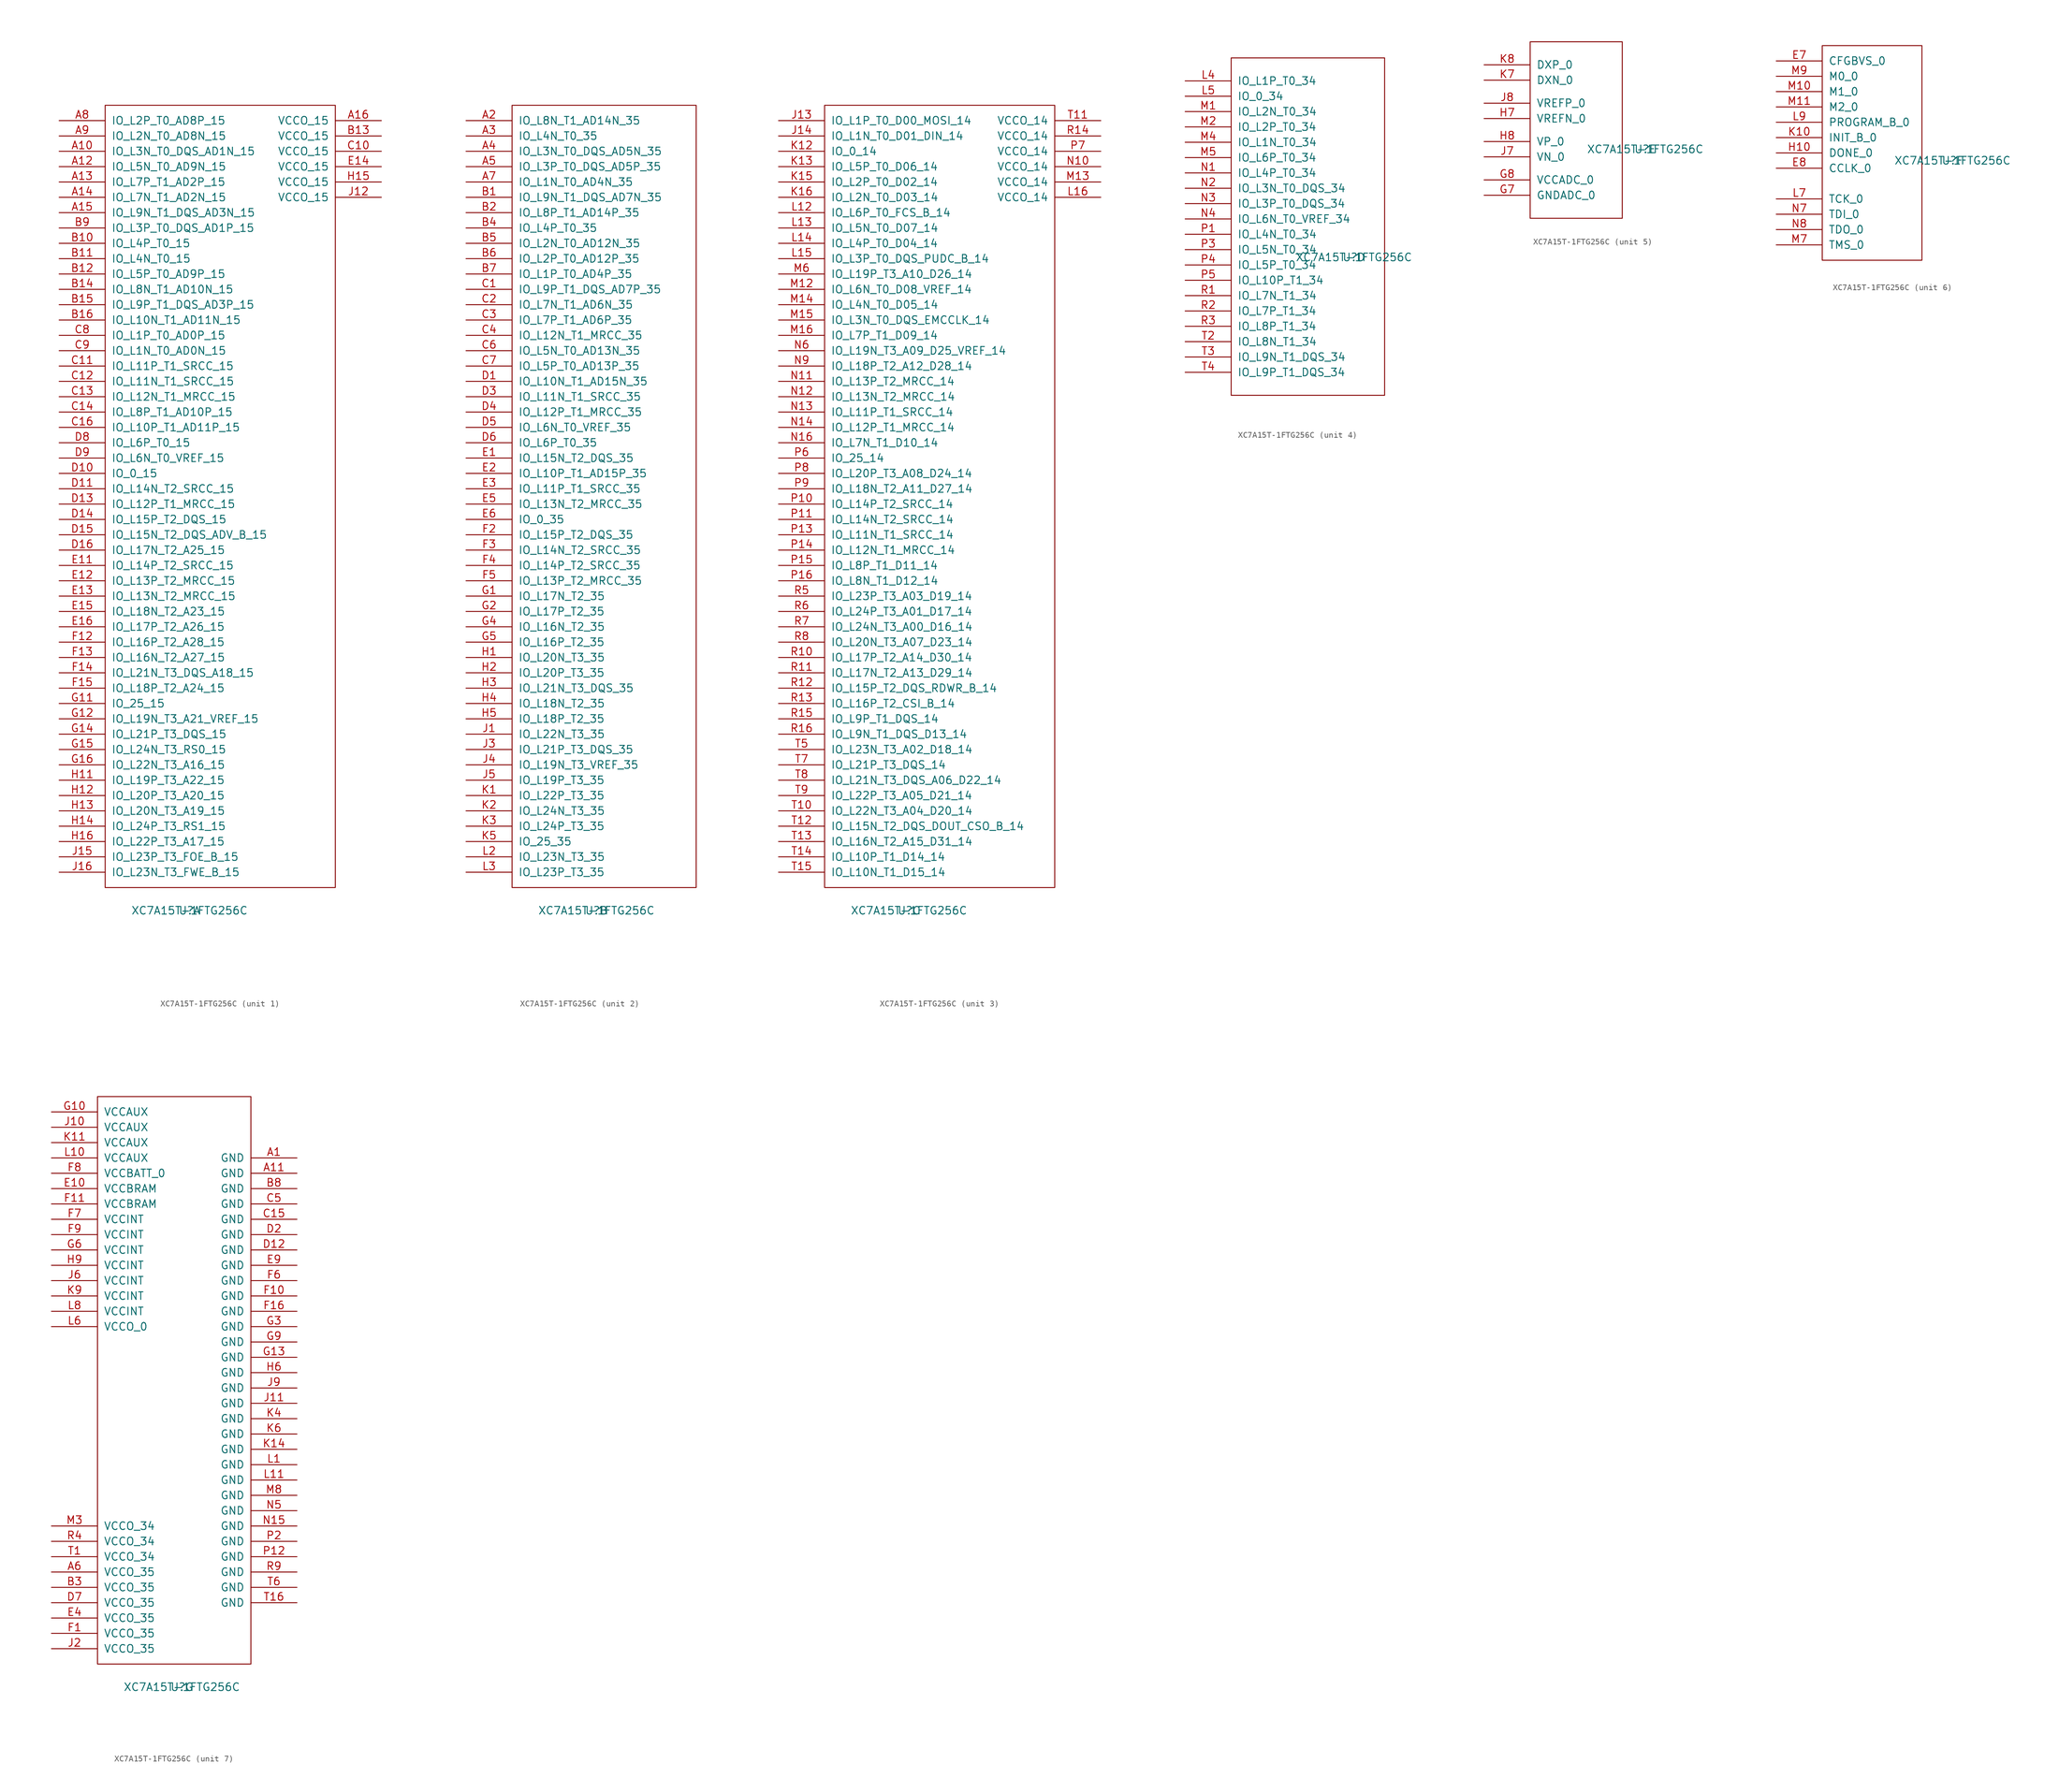
<source format=kicad_sym>
(kicad_symbol_lib
  (version 20220914)
  (generator kicad_symbol_editor)
  (symbol "XC7A15T-1FTG256C"
    (pin_names
      (offset 1.016))
    (property "Reference" "U"
      (at 13.97 -3.81 0)
      (effects (font (size 1.27 1.27))))
    (property "Value" "XC7A15T-1FTG256C"
      (at 13.97 -3.81 0)
      (effects (font (size 1.27 1.27))))
    (property "ki_locked" ""
      (at 0 0 0)
      (effects (font (size 1.27 1.27))))
    (symbol "XC7A15T-1FTG256C_1_1"
      (rectangle (start 0 129.54) (end 38.1 0) (stroke (width 0) (type solid)) (fill (type none)))
      (pin bidirectional line (at -7.62 121.92 0) (length 7.62) (name "IO_L3N_T0_DQS_AD1N_15" (effects (font (size 1.27 1.27)))) (number "A10" (effects (font (size 1.27 1.27)))))
      (pin bidirectional line (at -7.62 119.38 0) (length 7.62) (name "IO_L5N_T0_AD9N_15" (effects (font (size 1.27 1.27)))) (number "A12" (effects (font (size 1.27 1.27)))))
      (pin bidirectional line (at -7.62 116.84 0) (length 7.62) (name "IO_L7P_T1_AD2P_15" (effects (font (size 1.27 1.27)))) (number "A13" (effects (font (size 1.27 1.27)))))
      (pin bidirectional line (at -7.62 114.3 0) (length 7.62) (name "IO_L7N_T1_AD2N_15" (effects (font (size 1.27 1.27)))) (number "A14" (effects (font (size 1.27 1.27)))))
      (pin bidirectional line (at -7.62 111.76 0) (length 7.62) (name "IO_L9N_T1_DQS_AD3N_15" (effects (font (size 1.27 1.27)))) (number "A15" (effects (font (size 1.27 1.27)))))
      (pin power_in line (at 45.72 127 180) (length 7.62) (name "VCCO_15" (effects (font (size 1.27 1.27)))) (number "A16" (effects (font (size 1.27 1.27)))))
      (pin bidirectional line (at -7.62 127 0) (length 7.62) (name "IO_L2P_T0_AD8P_15" (effects (font (size 1.27 1.27)))) (number "A8" (effects (font (size 1.27 1.27)))))
      (pin bidirectional line (at -7.62 124.46 0) (length 7.62) (name "IO_L2N_T0_AD8N_15" (effects (font (size 1.27 1.27)))) (number "A9" (effects (font (size 1.27 1.27)))))
      (pin bidirectional line (at -7.62 106.68 0) (length 7.62) (name "IO_L4P_T0_15" (effects (font (size 1.27 1.27)))) (number "B10" (effects (font (size 1.27 1.27)))))
      (pin bidirectional line (at -7.62 104.14 0) (length 7.62) (name "IO_L4N_T0_15" (effects (font (size 1.27 1.27)))) (number "B11" (effects (font (size 1.27 1.27)))))
      (pin bidirectional line (at -7.62 101.6 0) (length 7.62) (name "IO_L5P_T0_AD9P_15" (effects (font (size 1.27 1.27)))) (number "B12" (effects (font (size 1.27 1.27)))))
      (pin power_in line (at 45.72 124.46 180) (length 7.62) (name "VCCO_15" (effects (font (size 1.27 1.27)))) (number "B13" (effects (font (size 1.27 1.27)))))
      (pin bidirectional line (at -7.62 99.06 0) (length 7.62) (name "IO_L8N_T1_AD10N_15" (effects (font (size 1.27 1.27)))) (number "B14" (effects (font (size 1.27 1.27)))))
      (pin bidirectional line (at -7.62 96.52 0) (length 7.62) (name "IO_L9P_T1_DQS_AD3P_15" (effects (font (size 1.27 1.27)))) (number "B15" (effects (font (size 1.27 1.27)))))
      (pin bidirectional line (at -7.62 93.98 0) (length 7.62) (name "IO_L10N_T1_AD11N_15" (effects (font (size 1.27 1.27)))) (number "B16" (effects (font (size 1.27 1.27)))))
      (pin bidirectional line (at -7.62 109.22 0) (length 7.62) (name "IO_L3P_T0_DQS_AD1P_15" (effects (font (size 1.27 1.27)))) (number "B9" (effects (font (size 1.27 1.27)))))
      (pin power_in line (at 45.72 121.92 180) (length 7.62) (name "VCCO_15" (effects (font (size 1.27 1.27)))) (number "C10" (effects (font (size 1.27 1.27)))))
      (pin bidirectional line (at -7.62 86.36 0) (length 7.62) (name "IO_L11P_T1_SRCC_15" (effects (font (size 1.27 1.27)))) (number "C11" (effects (font (size 1.27 1.27)))))
      (pin bidirectional line (at -7.62 83.82 0) (length 7.62) (name "IO_L11N_T1_SRCC_15" (effects (font (size 1.27 1.27)))) (number "C12" (effects (font (size 1.27 1.27)))))
      (pin bidirectional line (at -7.62 81.28 0) (length 7.62) (name "IO_L12N_T1_MRCC_15" (effects (font (size 1.27 1.27)))) (number "C13" (effects (font (size 1.27 1.27)))))
      (pin bidirectional line (at -7.62 78.74 0) (length 7.62) (name "IO_L8P_T1_AD10P_15" (effects (font (size 1.27 1.27)))) (number "C14" (effects (font (size 1.27 1.27)))))
      (pin bidirectional line (at -7.62 76.2 0) (length 7.62) (name "IO_L10P_T1_AD11P_15" (effects (font (size 1.27 1.27)))) (number "C16" (effects (font (size 1.27 1.27)))))
      (pin bidirectional line (at -7.62 91.44 0) (length 7.62) (name "IO_L1P_T0_AD0P_15" (effects (font (size 1.27 1.27)))) (number "C8" (effects (font (size 1.27 1.27)))))
      (pin bidirectional line (at -7.62 88.9 0) (length 7.62) (name "IO_L1N_T0_AD0N_15" (effects (font (size 1.27 1.27)))) (number "C9" (effects (font (size 1.27 1.27)))))
      (pin bidirectional line (at -7.62 68.58 0) (length 7.62) (name "IO_0_15" (effects (font (size 1.27 1.27)))) (number "D10" (effects (font (size 1.27 1.27)))))
      (pin bidirectional line (at -7.62 66.04 0) (length 7.62) (name "IO_L14N_T2_SRCC_15" (effects (font (size 1.27 1.27)))) (number "D11" (effects (font (size 1.27 1.27)))))
      (pin bidirectional line (at -7.62 63.5 0) (length 7.62) (name "IO_L12P_T1_MRCC_15" (effects (font (size 1.27 1.27)))) (number "D13" (effects (font (size 1.27 1.27)))))
      (pin bidirectional line (at -7.62 60.96 0) (length 7.62) (name "IO_L15P_T2_DQS_15" (effects (font (size 1.27 1.27)))) (number "D14" (effects (font (size 1.27 1.27)))))
      (pin bidirectional line (at -7.62 58.42 0) (length 7.62) (name "IO_L15N_T2_DQS_ADV_B_15" (effects (font (size 1.27 1.27)))) (number "D15" (effects (font (size 1.27 1.27)))))
      (pin bidirectional line (at -7.62 55.88 0) (length 7.62) (name "IO_L17N_T2_A25_15" (effects (font (size 1.27 1.27)))) (number "D16" (effects (font (size 1.27 1.27)))))
      (pin bidirectional line (at -7.62 73.66 0) (length 7.62) (name "IO_L6P_T0_15" (effects (font (size 1.27 1.27)))) (number "D8" (effects (font (size 1.27 1.27)))))
      (pin bidirectional line (at -7.62 71.12 0) (length 7.62) (name "IO_L6N_T0_VREF_15" (effects (font (size 1.27 1.27)))) (number "D9" (effects (font (size 1.27 1.27)))))
      (pin bidirectional line (at -7.62 53.34 0) (length 7.62) (name "IO_L14P_T2_SRCC_15" (effects (font (size 1.27 1.27)))) (number "E11" (effects (font (size 1.27 1.27)))))
      (pin bidirectional line (at -7.62 50.8 0) (length 7.62) (name "IO_L13P_T2_MRCC_15" (effects (font (size 1.27 1.27)))) (number "E12" (effects (font (size 1.27 1.27)))))
      (pin bidirectional line (at -7.62 48.26 0) (length 7.62) (name "IO_L13N_T2_MRCC_15" (effects (font (size 1.27 1.27)))) (number "E13" (effects (font (size 1.27 1.27)))))
      (pin power_in line (at 45.72 119.38 180) (length 7.62) (name "VCCO_15" (effects (font (size 1.27 1.27)))) (number "E14" (effects (font (size 1.27 1.27)))))
      (pin bidirectional line (at -7.62 45.72 0) (length 7.62) (name "IO_L18N_T2_A23_15" (effects (font (size 1.27 1.27)))) (number "E15" (effects (font (size 1.27 1.27)))))
      (pin bidirectional line (at -7.62 43.18 0) (length 7.62) (name "IO_L17P_T2_A26_15" (effects (font (size 1.27 1.27)))) (number "E16" (effects (font (size 1.27 1.27)))))
      (pin bidirectional line (at -7.62 40.64 0) (length 7.62) (name "IO_L16P_T2_A28_15" (effects (font (size 1.27 1.27)))) (number "F12" (effects (font (size 1.27 1.27)))))
      (pin bidirectional line (at -7.62 38.1 0) (length 7.62) (name "IO_L16N_T2_A27_15" (effects (font (size 1.27 1.27)))) (number "F13" (effects (font (size 1.27 1.27)))))
      (pin bidirectional line (at -7.62 35.56 0) (length 7.62) (name "IO_L21N_T3_DQS_A18_15" (effects (font (size 1.27 1.27)))) (number "F14" (effects (font (size 1.27 1.27)))))
      (pin bidirectional line (at -7.62 33.02 0) (length 7.62) (name "IO_L18P_T2_A24_15" (effects (font (size 1.27 1.27)))) (number "F15" (effects (font (size 1.27 1.27)))))
      (pin bidirectional line (at -7.62 30.48 0) (length 7.62) (name "IO_25_15" (effects (font (size 1.27 1.27)))) (number "G11" (effects (font (size 1.27 1.27)))))
      (pin bidirectional line (at -7.62 27.94 0) (length 7.62) (name "IO_L19N_T3_A21_VREF_15" (effects (font (size 1.27 1.27)))) (number "G12" (effects (font (size 1.27 1.27)))))
      (pin bidirectional line (at -7.62 25.4 0) (length 7.62) (name "IO_L21P_T3_DQS_15" (effects (font (size 1.27 1.27)))) (number "G14" (effects (font (size 1.27 1.27)))))
      (pin bidirectional line (at -7.62 22.86 0) (length 7.62) (name "IO_L24N_T3_RS0_15" (effects (font (size 1.27 1.27)))) (number "G15" (effects (font (size 1.27 1.27)))))
      (pin bidirectional line (at -7.62 20.32 0) (length 7.62) (name "IO_L22N_T3_A16_15" (effects (font (size 1.27 1.27)))) (number "G16" (effects (font (size 1.27 1.27)))))
      (pin bidirectional line (at -7.62 17.78 0) (length 7.62) (name "IO_L19P_T3_A22_15" (effects (font (size 1.27 1.27)))) (number "H11" (effects (font (size 1.27 1.27)))))
      (pin bidirectional line (at -7.62 15.24 0) (length 7.62) (name "IO_L20P_T3_A20_15" (effects (font (size 1.27 1.27)))) (number "H12" (effects (font (size 1.27 1.27)))))
      (pin bidirectional line (at -7.62 12.7 0) (length 7.62) (name "IO_L20N_T3_A19_15" (effects (font (size 1.27 1.27)))) (number "H13" (effects (font (size 1.27 1.27)))))
      (pin bidirectional line (at -7.62 10.16 0) (length 7.62) (name "IO_L24P_T3_RS1_15" (effects (font (size 1.27 1.27)))) (number "H14" (effects (font (size 1.27 1.27)))))
      (pin power_in line (at 45.72 116.84 180) (length 7.62) (name "VCCO_15" (effects (font (size 1.27 1.27)))) (number "H15" (effects (font (size 1.27 1.27)))))
      (pin bidirectional line (at -7.62 7.62 0) (length 7.62) (name "IO_L22P_T3_A17_15" (effects (font (size 1.27 1.27)))) (number "H16" (effects (font (size 1.27 1.27)))))
      (pin power_in line (at 45.72 114.3 180) (length 7.62) (name "VCCO_15" (effects (font (size 1.27 1.27)))) (number "J12" (effects (font (size 1.27 1.27)))))
      (pin bidirectional line (at -7.62 5.08 0) (length 7.62) (name "IO_L23P_T3_FOE_B_15" (effects (font (size 1.27 1.27)))) (number "J15" (effects (font (size 1.27 1.27)))))
      (pin bidirectional line (at -7.62 2.54 0) (length 7.62) (name "IO_L23N_T3_FWE_B_15" (effects (font (size 1.27 1.27)))) (number "J16" (effects (font (size 1.27 1.27))))))
    (symbol "XC7A15T-1FTG256C_2_1"
      (rectangle (start 0 129.54) (end 30.48 0) (stroke (width 0) (type solid)) (fill (type none)))
      (pin bidirectional line (at -7.62 127 0) (length 7.62) (name "IO_L8N_T1_AD14N_35" (effects (font (size 1.27 1.27)))) (number "A2" (effects (font (size 1.27 1.27)))))
      (pin bidirectional line (at -7.62 124.46 0) (length 7.62) (name "IO_L4N_T0_35" (effects (font (size 1.27 1.27)))) (number "A3" (effects (font (size 1.27 1.27)))))
      (pin bidirectional line (at -7.62 121.92 0) (length 7.62) (name "IO_L3N_T0_DQS_AD5N_35" (effects (font (size 1.27 1.27)))) (number "A4" (effects (font (size 1.27 1.27)))))
      (pin bidirectional line (at -7.62 119.38 0) (length 7.62) (name "IO_L3P_T0_DQS_AD5P_35" (effects (font (size 1.27 1.27)))) (number "A5" (effects (font (size 1.27 1.27)))))
      (pin bidirectional line (at -7.62 116.84 0) (length 7.62) (name "IO_L1N_T0_AD4N_35" (effects (font (size 1.27 1.27)))) (number "A7" (effects (font (size 1.27 1.27)))))
      (pin bidirectional line (at -7.62 114.3 0) (length 7.62) (name "IO_L9N_T1_DQS_AD7N_35" (effects (font (size 1.27 1.27)))) (number "B1" (effects (font (size 1.27 1.27)))))
      (pin bidirectional line (at -7.62 111.76 0) (length 7.62) (name "IO_L8P_T1_AD14P_35" (effects (font (size 1.27 1.27)))) (number "B2" (effects (font (size 1.27 1.27)))))
      (pin bidirectional line (at -7.62 109.22 0) (length 7.62) (name "IO_L4P_T0_35" (effects (font (size 1.27 1.27)))) (number "B4" (effects (font (size 1.27 1.27)))))
      (pin bidirectional line (at -7.62 106.68 0) (length 7.62) (name "IO_L2N_T0_AD12N_35" (effects (font (size 1.27 1.27)))) (number "B5" (effects (font (size 1.27 1.27)))))
      (pin bidirectional line (at -7.62 104.14 0) (length 7.62) (name "IO_L2P_T0_AD12P_35" (effects (font (size 1.27 1.27)))) (number "B6" (effects (font (size 1.27 1.27)))))
      (pin bidirectional line (at -7.62 101.6 0) (length 7.62) (name "IO_L1P_T0_AD4P_35" (effects (font (size 1.27 1.27)))) (number "B7" (effects (font (size 1.27 1.27)))))
      (pin bidirectional line (at -7.62 99.06 0) (length 7.62) (name "IO_L9P_T1_DQS_AD7P_35" (effects (font (size 1.27 1.27)))) (number "C1" (effects (font (size 1.27 1.27)))))
      (pin bidirectional line (at -7.62 96.52 0) (length 7.62) (name "IO_L7N_T1_AD6N_35" (effects (font (size 1.27 1.27)))) (number "C2" (effects (font (size 1.27 1.27)))))
      (pin bidirectional line (at -7.62 93.98 0) (length 7.62) (name "IO_L7P_T1_AD6P_35" (effects (font (size 1.27 1.27)))) (number "C3" (effects (font (size 1.27 1.27)))))
      (pin bidirectional line (at -7.62 91.44 0) (length 7.62) (name "IO_L12N_T1_MRCC_35" (effects (font (size 1.27 1.27)))) (number "C4" (effects (font (size 1.27 1.27)))))
      (pin bidirectional line (at -7.62 88.9 0) (length 7.62) (name "IO_L5N_T0_AD13N_35" (effects (font (size 1.27 1.27)))) (number "C6" (effects (font (size 1.27 1.27)))))
      (pin bidirectional line (at -7.62 86.36 0) (length 7.62) (name "IO_L5P_T0_AD13P_35" (effects (font (size 1.27 1.27)))) (number "C7" (effects (font (size 1.27 1.27)))))
      (pin bidirectional line (at -7.62 83.82 0) (length 7.62) (name "IO_L10N_T1_AD15N_35" (effects (font (size 1.27 1.27)))) (number "D1" (effects (font (size 1.27 1.27)))))
      (pin bidirectional line (at -7.62 81.28 0) (length 7.62) (name "IO_L11N_T1_SRCC_35" (effects (font (size 1.27 1.27)))) (number "D3" (effects (font (size 1.27 1.27)))))
      (pin bidirectional line (at -7.62 78.74 0) (length 7.62) (name "IO_L12P_T1_MRCC_35" (effects (font (size 1.27 1.27)))) (number "D4" (effects (font (size 1.27 1.27)))))
      (pin bidirectional line (at -7.62 76.2 0) (length 7.62) (name "IO_L6N_T0_VREF_35" (effects (font (size 1.27 1.27)))) (number "D5" (effects (font (size 1.27 1.27)))))
      (pin bidirectional line (at -7.62 73.66 0) (length 7.62) (name "IO_L6P_T0_35" (effects (font (size 1.27 1.27)))) (number "D6" (effects (font (size 1.27 1.27)))))
      (pin bidirectional line (at -7.62 71.12 0) (length 7.62) (name "IO_L15N_T2_DQS_35" (effects (font (size 1.27 1.27)))) (number "E1" (effects (font (size 1.27 1.27)))))
      (pin bidirectional line (at -7.62 68.58 0) (length 7.62) (name "IO_L10P_T1_AD15P_35" (effects (font (size 1.27 1.27)))) (number "E2" (effects (font (size 1.27 1.27)))))
      (pin bidirectional line (at -7.62 66.04 0) (length 7.62) (name "IO_L11P_T1_SRCC_35" (effects (font (size 1.27 1.27)))) (number "E3" (effects (font (size 1.27 1.27)))))
      (pin bidirectional line (at -7.62 63.5 0) (length 7.62) (name "IO_L13N_T2_MRCC_35" (effects (font (size 1.27 1.27)))) (number "E5" (effects (font (size 1.27 1.27)))))
      (pin bidirectional line (at -7.62 60.96 0) (length 7.62) (name "IO_0_35" (effects (font (size 1.27 1.27)))) (number "E6" (effects (font (size 1.27 1.27)))))
      (pin bidirectional line (at -7.62 58.42 0) (length 7.62) (name "IO_L15P_T2_DQS_35" (effects (font (size 1.27 1.27)))) (number "F2" (effects (font (size 1.27 1.27)))))
      (pin bidirectional line (at -7.62 55.88 0) (length 7.62) (name "IO_L14N_T2_SRCC_35" (effects (font (size 1.27 1.27)))) (number "F3" (effects (font (size 1.27 1.27)))))
      (pin bidirectional line (at -7.62 53.34 0) (length 7.62) (name "IO_L14P_T2_SRCC_35" (effects (font (size 1.27 1.27)))) (number "F4" (effects (font (size 1.27 1.27)))))
      (pin bidirectional line (at -7.62 50.8 0) (length 7.62) (name "IO_L13P_T2_MRCC_35" (effects (font (size 1.27 1.27)))) (number "F5" (effects (font (size 1.27 1.27)))))
      (pin bidirectional line (at -7.62 48.26 0) (length 7.62) (name "IO_L17N_T2_35" (effects (font (size 1.27 1.27)))) (number "G1" (effects (font (size 1.27 1.27)))))
      (pin bidirectional line (at -7.62 45.72 0) (length 7.62) (name "IO_L17P_T2_35" (effects (font (size 1.27 1.27)))) (number "G2" (effects (font (size 1.27 1.27)))))
      (pin bidirectional line (at -7.62 43.18 0) (length 7.62) (name "IO_L16N_T2_35" (effects (font (size 1.27 1.27)))) (number "G4" (effects (font (size 1.27 1.27)))))
      (pin bidirectional line (at -7.62 40.64 0) (length 7.62) (name "IO_L16P_T2_35" (effects (font (size 1.27 1.27)))) (number "G5" (effects (font (size 1.27 1.27)))))
      (pin bidirectional line (at -7.62 38.1 0) (length 7.62) (name "IO_L20N_T3_35" (effects (font (size 1.27 1.27)))) (number "H1" (effects (font (size 1.27 1.27)))))
      (pin bidirectional line (at -7.62 35.56 0) (length 7.62) (name "IO_L20P_T3_35" (effects (font (size 1.27 1.27)))) (number "H2" (effects (font (size 1.27 1.27)))))
      (pin bidirectional line (at -7.62 33.02 0) (length 7.62) (name "IO_L21N_T3_DQS_35" (effects (font (size 1.27 1.27)))) (number "H3" (effects (font (size 1.27 1.27)))))
      (pin bidirectional line (at -7.62 30.48 0) (length 7.62) (name "IO_L18N_T2_35" (effects (font (size 1.27 1.27)))) (number "H4" (effects (font (size 1.27 1.27)))))
      (pin bidirectional line (at -7.62 27.94 0) (length 7.62) (name "IO_L18P_T2_35" (effects (font (size 1.27 1.27)))) (number "H5" (effects (font (size 1.27 1.27)))))
      (pin bidirectional line (at -7.62 25.4 0) (length 7.62) (name "IO_L22N_T3_35" (effects (font (size 1.27 1.27)))) (number "J1" (effects (font (size 1.27 1.27)))))
      (pin bidirectional line (at -7.62 22.86 0) (length 7.62) (name "IO_L21P_T3_DQS_35" (effects (font (size 1.27 1.27)))) (number "J3" (effects (font (size 1.27 1.27)))))
      (pin bidirectional line (at -7.62 20.32 0) (length 7.62) (name "IO_L19N_T3_VREF_35" (effects (font (size 1.27 1.27)))) (number "J4" (effects (font (size 1.27 1.27)))))
      (pin bidirectional line (at -7.62 17.78 0) (length 7.62) (name "IO_L19P_T3_35" (effects (font (size 1.27 1.27)))) (number "J5" (effects (font (size 1.27 1.27)))))
      (pin bidirectional line (at -7.62 15.24 0) (length 7.62) (name "IO_L22P_T3_35" (effects (font (size 1.27 1.27)))) (number "K1" (effects (font (size 1.27 1.27)))))
      (pin bidirectional line (at -7.62 12.7 0) (length 7.62) (name "IO_L24N_T3_35" (effects (font (size 1.27 1.27)))) (number "K2" (effects (font (size 1.27 1.27)))))
      (pin bidirectional line (at -7.62 10.16 0) (length 7.62) (name "IO_L24P_T3_35" (effects (font (size 1.27 1.27)))) (number "K3" (effects (font (size 1.27 1.27)))))
      (pin bidirectional line (at -7.62 7.62 0) (length 7.62) (name "IO_25_35" (effects (font (size 1.27 1.27)))) (number "K5" (effects (font (size 1.27 1.27)))))
      (pin bidirectional line (at -7.62 5.08 0) (length 7.62) (name "IO_L23N_T3_35" (effects (font (size 1.27 1.27)))) (number "L2" (effects (font (size 1.27 1.27)))))
      (pin bidirectional line (at -7.62 2.54 0) (length 7.62) (name "IO_L23P_T3_35" (effects (font (size 1.27 1.27)))) (number "L3" (effects (font (size 1.27 1.27))))))
    (symbol "XC7A15T-1FTG256C_3_1"
      (rectangle (start 0 129.54) (end 38.1 0) (stroke (width 0) (type solid)) (fill (type none)))
      (pin bidirectional line (at -7.62 127 0) (length 7.62) (name "IO_L1P_T0_D00_MOSI_14" (effects (font (size 1.27 1.27)))) (number "J13" (effects (font (size 1.27 1.27)))))
      (pin bidirectional line (at -7.62 124.46 0) (length 7.62) (name "IO_L1N_T0_D01_DIN_14" (effects (font (size 1.27 1.27)))) (number "J14" (effects (font (size 1.27 1.27)))))
      (pin bidirectional line (at -7.62 121.92 0) (length 7.62) (name "IO_0_14" (effects (font (size 1.27 1.27)))) (number "K12" (effects (font (size 1.27 1.27)))))
      (pin bidirectional line (at -7.62 119.38 0) (length 7.62) (name "IO_L5P_T0_D06_14" (effects (font (size 1.27 1.27)))) (number "K13" (effects (font (size 1.27 1.27)))))
      (pin bidirectional line (at -7.62 116.84 0) (length 7.62) (name "IO_L2P_T0_D02_14" (effects (font (size 1.27 1.27)))) (number "K15" (effects (font (size 1.27 1.27)))))
      (pin bidirectional line (at -7.62 114.3 0) (length 7.62) (name "IO_L2N_T0_D03_14" (effects (font (size 1.27 1.27)))) (number "K16" (effects (font (size 1.27 1.27)))))
      (pin bidirectional line (at -7.62 111.76 0) (length 7.62) (name "IO_L6P_T0_FCS_B_14" (effects (font (size 1.27 1.27)))) (number "L12" (effects (font (size 1.27 1.27)))))
      (pin bidirectional line (at -7.62 109.22 0) (length 7.62) (name "IO_L5N_T0_D07_14" (effects (font (size 1.27 1.27)))) (number "L13" (effects (font (size 1.27 1.27)))))
      (pin bidirectional line (at -7.62 106.68 0) (length 7.62) (name "IO_L4P_T0_D04_14" (effects (font (size 1.27 1.27)))) (number "L14" (effects (font (size 1.27 1.27)))))
      (pin bidirectional line (at -7.62 104.14 0) (length 7.62) (name "IO_L3P_T0_DQS_PUDC_B_14" (effects (font (size 1.27 1.27)))) (number "L15" (effects (font (size 1.27 1.27)))))
      (pin power_in line (at 45.72 114.3 180) (length 7.62) (name "VCCO_14" (effects (font (size 1.27 1.27)))) (number "L16" (effects (font (size 1.27 1.27)))))
      (pin bidirectional line (at -7.62 99.06 0) (length 7.62) (name "IO_L6N_T0_D08_VREF_14" (effects (font (size 1.27 1.27)))) (number "M12" (effects (font (size 1.27 1.27)))))
      (pin power_in line (at 45.72 116.84 180) (length 7.62) (name "VCCO_14" (effects (font (size 1.27 1.27)))) (number "M13" (effects (font (size 1.27 1.27)))))
      (pin bidirectional line (at -7.62 96.52 0) (length 7.62) (name "IO_L4N_T0_D05_14" (effects (font (size 1.27 1.27)))) (number "M14" (effects (font (size 1.27 1.27)))))
      (pin bidirectional line (at -7.62 93.98 0) (length 7.62) (name "IO_L3N_T0_DQS_EMCCLK_14" (effects (font (size 1.27 1.27)))) (number "M15" (effects (font (size 1.27 1.27)))))
      (pin bidirectional line (at -7.62 91.44 0) (length 7.62) (name "IO_L7P_T1_D09_14" (effects (font (size 1.27 1.27)))) (number "M16" (effects (font (size 1.27 1.27)))))
      (pin bidirectional line (at -7.62 101.6 0) (length 7.62) (name "IO_L19P_T3_A10_D26_14" (effects (font (size 1.27 1.27)))) (number "M6" (effects (font (size 1.27 1.27)))))
      (pin power_in line (at 45.72 119.38 180) (length 7.62) (name "VCCO_14" (effects (font (size 1.27 1.27)))) (number "N10" (effects (font (size 1.27 1.27)))))
      (pin bidirectional line (at -7.62 83.82 0) (length 7.62) (name "IO_L13P_T2_MRCC_14" (effects (font (size 1.27 1.27)))) (number "N11" (effects (font (size 1.27 1.27)))))
      (pin bidirectional line (at -7.62 81.28 0) (length 7.62) (name "IO_L13N_T2_MRCC_14" (effects (font (size 1.27 1.27)))) (number "N12" (effects (font (size 1.27 1.27)))))
      (pin bidirectional line (at -7.62 78.74 0) (length 7.62) (name "IO_L11P_T1_SRCC_14" (effects (font (size 1.27 1.27)))) (number "N13" (effects (font (size 1.27 1.27)))))
      (pin bidirectional line (at -7.62 76.2 0) (length 7.62) (name "IO_L12P_T1_MRCC_14" (effects (font (size 1.27 1.27)))) (number "N14" (effects (font (size 1.27 1.27)))))
      (pin bidirectional line (at -7.62 73.66 0) (length 7.62) (name "IO_L7N_T1_D10_14" (effects (font (size 1.27 1.27)))) (number "N16" (effects (font (size 1.27 1.27)))))
      (pin bidirectional line (at -7.62 88.9 0) (length 7.62) (name "IO_L19N_T3_A09_D25_VREF_14" (effects (font (size 1.27 1.27)))) (number "N6" (effects (font (size 1.27 1.27)))))
      (pin bidirectional line (at -7.62 86.36 0) (length 7.62) (name "IO_L18P_T2_A12_D28_14" (effects (font (size 1.27 1.27)))) (number "N9" (effects (font (size 1.27 1.27)))))
      (pin bidirectional line (at -7.62 63.5 0) (length 7.62) (name "IO_L14P_T2_SRCC_14" (effects (font (size 1.27 1.27)))) (number "P10" (effects (font (size 1.27 1.27)))))
      (pin bidirectional line (at -7.62 60.96 0) (length 7.62) (name "IO_L14N_T2_SRCC_14" (effects (font (size 1.27 1.27)))) (number "P11" (effects (font (size 1.27 1.27)))))
      (pin bidirectional line (at -7.62 58.42 0) (length 7.62) (name "IO_L11N_T1_SRCC_14" (effects (font (size 1.27 1.27)))) (number "P13" (effects (font (size 1.27 1.27)))))
      (pin bidirectional line (at -7.62 55.88 0) (length 7.62) (name "IO_L12N_T1_MRCC_14" (effects (font (size 1.27 1.27)))) (number "P14" (effects (font (size 1.27 1.27)))))
      (pin bidirectional line (at -7.62 53.34 0) (length 7.62) (name "IO_L8P_T1_D11_14" (effects (font (size 1.27 1.27)))) (number "P15" (effects (font (size 1.27 1.27)))))
      (pin bidirectional line (at -7.62 50.8 0) (length 7.62) (name "IO_L8N_T1_D12_14" (effects (font (size 1.27 1.27)))) (number "P16" (effects (font (size 1.27 1.27)))))
      (pin bidirectional line (at -7.62 71.12 0) (length 7.62) (name "IO_25_14" (effects (font (size 1.27 1.27)))) (number "P6" (effects (font (size 1.27 1.27)))))
      (pin power_in line (at 45.72 121.92 180) (length 7.62) (name "VCCO_14" (effects (font (size 1.27 1.27)))) (number "P7" (effects (font (size 1.27 1.27)))))
      (pin bidirectional line (at -7.62 68.58 0) (length 7.62) (name "IO_L20P_T3_A08_D24_14" (effects (font (size 1.27 1.27)))) (number "P8" (effects (font (size 1.27 1.27)))))
      (pin bidirectional line (at -7.62 66.04 0) (length 7.62) (name "IO_L18N_T2_A11_D27_14" (effects (font (size 1.27 1.27)))) (number "P9" (effects (font (size 1.27 1.27)))))
      (pin bidirectional line (at -7.62 38.1 0) (length 7.62) (name "IO_L17P_T2_A14_D30_14" (effects (font (size 1.27 1.27)))) (number "R10" (effects (font (size 1.27 1.27)))))
      (pin bidirectional line (at -7.62 35.56 0) (length 7.62) (name "IO_L17N_T2_A13_D29_14" (effects (font (size 1.27 1.27)))) (number "R11" (effects (font (size 1.27 1.27)))))
      (pin bidirectional line (at -7.62 33.02 0) (length 7.62) (name "IO_L15P_T2_DQS_RDWR_B_14" (effects (font (size 1.27 1.27)))) (number "R12" (effects (font (size 1.27 1.27)))))
      (pin bidirectional line (at -7.62 30.48 0) (length 7.62) (name "IO_L16P_T2_CSI_B_14" (effects (font (size 1.27 1.27)))) (number "R13" (effects (font (size 1.27 1.27)))))
      (pin power_in line (at 45.72 124.46 180) (length 7.62) (name "VCCO_14" (effects (font (size 1.27 1.27)))) (number "R14" (effects (font (size 1.27 1.27)))))
      (pin bidirectional line (at -7.62 27.94 0) (length 7.62) (name "IO_L9P_T1_DQS_14" (effects (font (size 1.27 1.27)))) (number "R15" (effects (font (size 1.27 1.27)))))
      (pin bidirectional line (at -7.62 25.4 0) (length 7.62) (name "IO_L9N_T1_DQS_D13_14" (effects (font (size 1.27 1.27)))) (number "R16" (effects (font (size 1.27 1.27)))))
      (pin bidirectional line (at -7.62 48.26 0) (length 7.62) (name "IO_L23P_T3_A03_D19_14" (effects (font (size 1.27 1.27)))) (number "R5" (effects (font (size 1.27 1.27)))))
      (pin bidirectional line (at -7.62 45.72 0) (length 7.62) (name "IO_L24P_T3_A01_D17_14" (effects (font (size 1.27 1.27)))) (number "R6" (effects (font (size 1.27 1.27)))))
      (pin bidirectional line (at -7.62 43.18 0) (length 7.62) (name "IO_L24N_T3_A00_D16_14" (effects (font (size 1.27 1.27)))) (number "R7" (effects (font (size 1.27 1.27)))))
      (pin bidirectional line (at -7.62 40.64 0) (length 7.62) (name "IO_L20N_T3_A07_D23_14" (effects (font (size 1.27 1.27)))) (number "R8" (effects (font (size 1.27 1.27)))))
      (pin bidirectional line (at -7.62 12.7 0) (length 7.62) (name "IO_L22N_T3_A04_D20_14" (effects (font (size 1.27 1.27)))) (number "T10" (effects (font (size 1.27 1.27)))))
      (pin power_in line (at 45.72 127 180) (length 7.62) (name "VCCO_14" (effects (font (size 1.27 1.27)))) (number "T11" (effects (font (size 1.27 1.27)))))
      (pin bidirectional line (at -7.62 10.16 0) (length 7.62) (name "IO_L15N_T2_DQS_DOUT_CSO_B_14" (effects (font (size 1.27 1.27)))) (number "T12" (effects (font (size 1.27 1.27)))))
      (pin bidirectional line (at -7.62 7.62 0) (length 7.62) (name "IO_L16N_T2_A15_D31_14" (effects (font (size 1.27 1.27)))) (number "T13" (effects (font (size 1.27 1.27)))))
      (pin bidirectional line (at -7.62 5.08 0) (length 7.62) (name "IO_L10P_T1_D14_14" (effects (font (size 1.27 1.27)))) (number "T14" (effects (font (size 1.27 1.27)))))
      (pin bidirectional line (at -7.62 2.54 0) (length 7.62) (name "IO_L10N_T1_D15_14" (effects (font (size 1.27 1.27)))) (number "T15" (effects (font (size 1.27 1.27)))))
      (pin bidirectional line (at -7.62 22.86 0) (length 7.62) (name "IO_L23N_T3_A02_D18_14" (effects (font (size 1.27 1.27)))) (number "T5" (effects (font (size 1.27 1.27)))))
      (pin bidirectional line (at -7.62 20.32 0) (length 7.62) (name "IO_L21P_T3_DQS_14" (effects (font (size 1.27 1.27)))) (number "T7" (effects (font (size 1.27 1.27)))))
      (pin bidirectional line (at -7.62 17.78 0) (length 7.62) (name "IO_L21N_T3_DQS_A06_D22_14" (effects (font (size 1.27 1.27)))) (number "T8" (effects (font (size 1.27 1.27)))))
      (pin bidirectional line (at -7.62 15.24 0) (length 7.62) (name "IO_L22P_T3_A05_D21_14" (effects (font (size 1.27 1.27)))) (number "T9" (effects (font (size 1.27 1.27))))))
    (symbol "XC7A15T-1FTG256C_4_1"
      (rectangle (start -6.35 29.21) (end 19.05 -26.67) (stroke (width 0) (type solid)) (fill (type none)))
      (pin bidirectional line (at -13.97 25.4 0) (length 7.62) (name "IO_L1P_T0_34" (effects (font (size 1.27 1.27)))) (number "L4" (effects (font (size 1.27 1.27)))))
      (pin bidirectional line (at -13.97 22.86 0) (length 7.62) (name "IO_0_34" (effects (font (size 1.27 1.27)))) (number "L5" (effects (font (size 1.27 1.27)))))
      (pin bidirectional line (at -13.97 20.32 0) (length 7.62) (name "IO_L2N_T0_34" (effects (font (size 1.27 1.27)))) (number "M1" (effects (font (size 1.27 1.27)))))
      (pin bidirectional line (at -13.97 17.78 0) (length 7.62) (name "IO_L2P_T0_34" (effects (font (size 1.27 1.27)))) (number "M2" (effects (font (size 1.27 1.27)))))
      (pin bidirectional line (at -13.97 15.24 0) (length 7.62) (name "IO_L1N_T0_34" (effects (font (size 1.27 1.27)))) (number "M4" (effects (font (size 1.27 1.27)))))
      (pin bidirectional line (at -13.97 12.7 0) (length 7.62) (name "IO_L6P_T0_34" (effects (font (size 1.27 1.27)))) (number "M5" (effects (font (size 1.27 1.27)))))
      (pin bidirectional line (at -13.97 10.16 0) (length 7.62) (name "IO_L4P_T0_34" (effects (font (size 1.27 1.27)))) (number "N1" (effects (font (size 1.27 1.27)))))
      (pin bidirectional line (at -13.97 7.62 0) (length 7.62) (name "IO_L3N_T0_DQS_34" (effects (font (size 1.27 1.27)))) (number "N2" (effects (font (size 1.27 1.27)))))
      (pin bidirectional line (at -13.97 5.08 0) (length 7.62) (name "IO_L3P_T0_DQS_34" (effects (font (size 1.27 1.27)))) (number "N3" (effects (font (size 1.27 1.27)))))
      (pin bidirectional line (at -13.97 2.54 0) (length 7.62) (name "IO_L6N_T0_VREF_34" (effects (font (size 1.27 1.27)))) (number "N4" (effects (font (size 1.27 1.27)))))
      (pin bidirectional line (at -13.97 0 0) (length 7.62) (name "IO_L4N_T0_34" (effects (font (size 1.27 1.27)))) (number "P1" (effects (font (size 1.27 1.27)))))
      (pin bidirectional line (at -13.97 -2.54 0) (length 7.62) (name "IO_L5N_T0_34" (effects (font (size 1.27 1.27)))) (number "P3" (effects (font (size 1.27 1.27)))))
      (pin bidirectional line (at -13.97 -5.08 0) (length 7.62) (name "IO_L5P_T0_34" (effects (font (size 1.27 1.27)))) (number "P4" (effects (font (size 1.27 1.27)))))
      (pin bidirectional line (at -13.97 -7.62 0) (length 7.62) (name "IO_L10P_T1_34" (effects (font (size 1.27 1.27)))) (number "P5" (effects (font (size 1.27 1.27)))))
      (pin bidirectional line (at -13.97 -10.16 0) (length 7.62) (name "IO_L7N_T1_34" (effects (font (size 1.27 1.27)))) (number "R1" (effects (font (size 1.27 1.27)))))
      (pin bidirectional line (at -13.97 -12.7 0) (length 7.62) (name "IO_L7P_T1_34" (effects (font (size 1.27 1.27)))) (number "R2" (effects (font (size 1.27 1.27)))))
      (pin bidirectional line (at -13.97 -15.24 0) (length 7.62) (name "IO_L8P_T1_34" (effects (font (size 1.27 1.27)))) (number "R3" (effects (font (size 1.27 1.27)))))
      (pin bidirectional line (at -13.97 -17.78 0) (length 7.62) (name "IO_L8N_T1_34" (effects (font (size 1.27 1.27)))) (number "T2" (effects (font (size 1.27 1.27)))))
      (pin bidirectional line (at -13.97 -20.32 0) (length 7.62) (name "IO_L9N_T1_DQS_34" (effects (font (size 1.27 1.27)))) (number "T3" (effects (font (size 1.27 1.27)))))
      (pin bidirectional line (at -13.97 -22.86 0) (length 7.62) (name "IO_L9P_T1_DQS_34" (effects (font (size 1.27 1.27)))) (number "T4" (effects (font (size 1.27 1.27))))))
    (symbol "XC7A15T-1FTG256C_5_1"
      (rectangle (start -5.08 13.97) (end 10.16 -15.24) (stroke (width 0) (type solid)) (fill (type none)))
      (pin power_in line (at -12.7 -11.43 0) (length 7.62) (name "GNDADC_0" (effects (font (size 1.27 1.27)))) (number "G7" (effects (font (size 1.27 1.27)))))
      (pin power_in line (at -12.7 -8.89 0) (length 7.62) (name "VCCADC_0" (effects (font (size 1.27 1.27)))) (number "G8" (effects (font (size 1.27 1.27)))))
      (pin input line (at -12.7 1.27 0) (length 7.62) (name "VREFN_0" (effects (font (size 1.27 1.27)))) (number "H7" (effects (font (size 1.27 1.27)))))
      (pin input line (at -12.7 -2.54 0) (length 7.62) (name "VP_0" (effects (font (size 1.27 1.27)))) (number "H8" (effects (font (size 1.27 1.27)))))
      (pin input line (at -12.7 -5.08 0) (length 7.62) (name "VN_0" (effects (font (size 1.27 1.27)))) (number "J7" (effects (font (size 1.27 1.27)))))
      (pin input line (at -12.7 3.81 0) (length 7.62) (name "VREFP_0" (effects (font (size 1.27 1.27)))) (number "J8" (effects (font (size 1.27 1.27)))))
      (pin passive line (at -12.7 7.62 0) (length 7.62) (name "DXN_0" (effects (font (size 1.27 1.27)))) (number "K7" (effects (font (size 1.27 1.27)))))
      (pin passive line (at -12.7 10.16 0) (length 7.62) (name "DXP_0" (effects (font (size 1.27 1.27)))) (number "K8" (effects (font (size 1.27 1.27))))))
    (symbol "XC7A15T-1FTG256C_6_1"
      (rectangle (start -7.62 15.24) (end 8.89 -20.32) (stroke (width 0) (type solid)) (fill (type none)))
      (pin input line (at -15.24 12.7 0) (length 7.62) (name "CFGBVS_0" (effects (font (size 1.27 1.27)))) (number "E7" (effects (font (size 1.27 1.27)))))
      (pin bidirectional line (at -15.24 -5.08 0) (length 7.62) (name "CCLK_0" (effects (font (size 1.27 1.27)))) (number "E8" (effects (font (size 1.27 1.27)))))
      (pin bidirectional line (at -15.24 -2.54 0) (length 7.62) (name "DONE_0" (effects (font (size 1.27 1.27)))) (number "H10" (effects (font (size 1.27 1.27)))))
      (pin bidirectional line (at -15.24 0 0) (length 7.62) (name "INIT_B_0" (effects (font (size 1.27 1.27)))) (number "K10" (effects (font (size 1.27 1.27)))))
      (pin input line (at -15.24 -10.16 0) (length 7.62) (name "TCK_0" (effects (font (size 1.27 1.27)))) (number "L7" (effects (font (size 1.27 1.27)))))
      (pin input line (at -15.24 2.54 0) (length 7.62) (name "PROGRAM_B_0" (effects (font (size 1.27 1.27)))) (number "L9" (effects (font (size 1.27 1.27)))))
      (pin input line (at -15.24 7.62 0) (length 7.62) (name "M1_0" (effects (font (size 1.27 1.27)))) (number "M10" (effects (font (size 1.27 1.27)))))
      (pin input line (at -15.24 5.08 0) (length 7.62) (name "M2_0" (effects (font (size 1.27 1.27)))) (number "M11" (effects (font (size 1.27 1.27)))))
      (pin input line (at -15.24 -17.78 0) (length 7.62) (name "TMS_0" (effects (font (size 1.27 1.27)))) (number "M7" (effects (font (size 1.27 1.27)))))
      (pin input line (at -15.24 10.16 0) (length 7.62) (name "M0_0" (effects (font (size 1.27 1.27)))) (number "M9" (effects (font (size 1.27 1.27)))))
      (pin input line (at -15.24 -12.7 0) (length 7.62) (name "TDI_0" (effects (font (size 1.27 1.27)))) (number "N7" (effects (font (size 1.27 1.27)))))
      (pin output line (at -15.24 -15.24 0) (length 7.62) (name "TDO_0" (effects (font (size 1.27 1.27)))) (number "N8" (effects (font (size 1.27 1.27))))))
    (symbol "XC7A15T-1FTG256C_7_1"
      (rectangle (start 0 93.98) (end 25.4 0) (stroke (width 0) (type solid)) (fill (type none)))
      (pin power_in line (at 33.02 83.82 180) (length 7.62) (name "GND" (effects (font (size 1.27 1.27)))) (number "A1" (effects (font (size 1.27 1.27)))))
      (pin power_in line (at 33.02 81.28 180) (length 7.62) (name "GND" (effects (font (size 1.27 1.27)))) (number "A11" (effects (font (size 1.27 1.27)))))
      (pin power_in line (at -7.62 15.24 0) (length 7.62) (name "VCCO_35" (effects (font (size 1.27 1.27)))) (number "A6" (effects (font (size 1.27 1.27)))))
      (pin power_in line (at -7.62 12.7 0) (length 7.62) (name "VCCO_35" (effects (font (size 1.27 1.27)))) (number "B3" (effects (font (size 1.27 1.27)))))
      (pin power_in line (at 33.02 78.74 180) (length 7.62) (name "GND" (effects (font (size 1.27 1.27)))) (number "B8" (effects (font (size 1.27 1.27)))))
      (pin power_in line (at 33.02 73.66 180) (length 7.62) (name "GND" (effects (font (size 1.27 1.27)))) (number "C15" (effects (font (size 1.27 1.27)))))
      (pin power_in line (at 33.02 76.2 180) (length 7.62) (name "GND" (effects (font (size 1.27 1.27)))) (number "C5" (effects (font (size 1.27 1.27)))))
      (pin power_in line (at 33.02 68.58 180) (length 7.62) (name "GND" (effects (font (size 1.27 1.27)))) (number "D12" (effects (font (size 1.27 1.27)))))
      (pin power_in line (at 33.02 71.12 180) (length 7.62) (name "GND" (effects (font (size 1.27 1.27)))) (number "D2" (effects (font (size 1.27 1.27)))))
      (pin power_in line (at -7.62 10.16 0) (length 7.62) (name "VCCO_35" (effects (font (size 1.27 1.27)))) (number "D7" (effects (font (size 1.27 1.27)))))
      (pin power_in line (at -7.62 78.74 0) (length 7.62) (name "VCCBRAM" (effects (font (size 1.27 1.27)))) (number "E10" (effects (font (size 1.27 1.27)))))
      (pin power_in line (at -7.62 7.62 0) (length 7.62) (name "VCCO_35" (effects (font (size 1.27 1.27)))) (number "E4" (effects (font (size 1.27 1.27)))))
      (pin power_in line (at 33.02 66.04 180) (length 7.62) (name "GND" (effects (font (size 1.27 1.27)))) (number "E9" (effects (font (size 1.27 1.27)))))
      (pin power_in line (at -7.62 5.08 0) (length 7.62) (name "VCCO_35" (effects (font (size 1.27 1.27)))) (number "F1" (effects (font (size 1.27 1.27)))))
      (pin power_in line (at 33.02 60.96 180) (length 7.62) (name "GND" (effects (font (size 1.27 1.27)))) (number "F10" (effects (font (size 1.27 1.27)))))
      (pin power_in line (at -7.62 76.2 0) (length 7.62) (name "VCCBRAM" (effects (font (size 1.27 1.27)))) (number "F11" (effects (font (size 1.27 1.27)))))
      (pin power_in line (at 33.02 58.42 180) (length 7.62) (name "GND" (effects (font (size 1.27 1.27)))) (number "F16" (effects (font (size 1.27 1.27)))))
      (pin power_in line (at 33.02 63.5 180) (length 7.62) (name "GND" (effects (font (size 1.27 1.27)))) (number "F6" (effects (font (size 1.27 1.27)))))
      (pin power_in line (at -7.62 73.66 0) (length 7.62) (name "VCCINT" (effects (font (size 1.27 1.27)))) (number "F7" (effects (font (size 1.27 1.27)))))
      (pin power_in line (at -7.62 81.28 0) (length 7.62) (name "VCCBATT_0" (effects (font (size 1.27 1.27)))) (number "F8" (effects (font (size 1.27 1.27)))))
      (pin power_in line (at -7.62 71.12 0) (length 7.62) (name "VCCINT" (effects (font (size 1.27 1.27)))) (number "F9" (effects (font (size 1.27 1.27)))))
      (pin power_in line (at -7.62 91.44 0) (length 7.62) (name "VCCAUX" (effects (font (size 1.27 1.27)))) (number "G10" (effects (font (size 1.27 1.27)))))
      (pin power_in line (at 33.02 50.8 180) (length 7.62) (name "GND" (effects (font (size 1.27 1.27)))) (number "G13" (effects (font (size 1.27 1.27)))))
      (pin power_in line (at 33.02 55.88 180) (length 7.62) (name "GND" (effects (font (size 1.27 1.27)))) (number "G3" (effects (font (size 1.27 1.27)))))
      (pin power_in line (at -7.62 68.58 0) (length 7.62) (name "VCCINT" (effects (font (size 1.27 1.27)))) (number "G6" (effects (font (size 1.27 1.27)))))
      (pin power_in line (at 33.02 53.34 180) (length 7.62) (name "GND" (effects (font (size 1.27 1.27)))) (number "G9" (effects (font (size 1.27 1.27)))))
      (pin power_in line (at 33.02 48.26 180) (length 7.62) (name "GND" (effects (font (size 1.27 1.27)))) (number "H6" (effects (font (size 1.27 1.27)))))
      (pin power_in line (at -7.62 66.04 0) (length 7.62) (name "VCCINT" (effects (font (size 1.27 1.27)))) (number "H9" (effects (font (size 1.27 1.27)))))
      (pin power_in line (at -7.62 88.9 0) (length 7.62) (name "VCCAUX" (effects (font (size 1.27 1.27)))) (number "J10" (effects (font (size 1.27 1.27)))))
      (pin power_in line (at 33.02 43.18 180) (length 7.62) (name "GND" (effects (font (size 1.27 1.27)))) (number "J11" (effects (font (size 1.27 1.27)))))
      (pin power_in line (at -7.62 2.54 0) (length 7.62) (name "VCCO_35" (effects (font (size 1.27 1.27)))) (number "J2" (effects (font (size 1.27 1.27)))))
      (pin power_in line (at -7.62 63.5 0) (length 7.62) (name "VCCINT" (effects (font (size 1.27 1.27)))) (number "J6" (effects (font (size 1.27 1.27)))))
      (pin power_in line (at 33.02 45.72 180) (length 7.62) (name "GND" (effects (font (size 1.27 1.27)))) (number "J9" (effects (font (size 1.27 1.27)))))
      (pin power_in line (at -7.62 86.36 0) (length 7.62) (name "VCCAUX" (effects (font (size 1.27 1.27)))) (number "K11" (effects (font (size 1.27 1.27)))))
      (pin power_in line (at 33.02 35.56 180) (length 7.62) (name "GND" (effects (font (size 1.27 1.27)))) (number "K14" (effects (font (size 1.27 1.27)))))
      (pin power_in line (at 33.02 40.64 180) (length 7.62) (name "GND" (effects (font (size 1.27 1.27)))) (number "K4" (effects (font (size 1.27 1.27)))))
      (pin power_in line (at 33.02 38.1 180) (length 7.62) (name "GND" (effects (font (size 1.27 1.27)))) (number "K6" (effects (font (size 1.27 1.27)))))
      (pin power_in line (at -7.62 60.96 0) (length 7.62) (name "VCCINT" (effects (font (size 1.27 1.27)))) (number "K9" (effects (font (size 1.27 1.27)))))
      (pin power_in line (at 33.02 33.02 180) (length 7.62) (name "GND" (effects (font (size 1.27 1.27)))) (number "L1" (effects (font (size 1.27 1.27)))))
      (pin power_in line (at -7.62 83.82 0) (length 7.62) (name "VCCAUX" (effects (font (size 1.27 1.27)))) (number "L10" (effects (font (size 1.27 1.27)))))
      (pin power_in line (at 33.02 30.48 180) (length 7.62) (name "GND" (effects (font (size 1.27 1.27)))) (number "L11" (effects (font (size 1.27 1.27)))))
      (pin power_in line (at -7.62 55.88 0) (length 7.62) (name "VCCO_0" (effects (font (size 1.27 1.27)))) (number "L6" (effects (font (size 1.27 1.27)))))
      (pin power_in line (at -7.62 58.42 0) (length 7.62) (name "VCCINT" (effects (font (size 1.27 1.27)))) (number "L8" (effects (font (size 1.27 1.27)))))
      (pin power_in line (at -7.62 22.86 0) (length 7.62) (name "VCCO_34" (effects (font (size 1.27 1.27)))) (number "M3" (effects (font (size 1.27 1.27)))))
      (pin power_in line (at 33.02 27.94 180) (length 7.62) (name "GND" (effects (font (size 1.27 1.27)))) (number "M8" (effects (font (size 1.27 1.27)))))
      (pin power_in line (at 33.02 22.86 180) (length 7.62) (name "GND" (effects (font (size 1.27 1.27)))) (number "N15" (effects (font (size 1.27 1.27)))))
      (pin power_in line (at 33.02 25.4 180) (length 7.62) (name "GND" (effects (font (size 1.27 1.27)))) (number "N5" (effects (font (size 1.27 1.27)))))
      (pin power_in line (at 33.02 17.78 180) (length 7.62) (name "GND" (effects (font (size 1.27 1.27)))) (number "P12" (effects (font (size 1.27 1.27)))))
      (pin power_in line (at 33.02 20.32 180) (length 7.62) (name "GND" (effects (font (size 1.27 1.27)))) (number "P2" (effects (font (size 1.27 1.27)))))
      (pin power_in line (at -7.62 20.32 0) (length 7.62) (name "VCCO_34" (effects (font (size 1.27 1.27)))) (number "R4" (effects (font (size 1.27 1.27)))))
      (pin power_in line (at 33.02 15.24 180) (length 7.62) (name "GND" (effects (font (size 1.27 1.27)))) (number "R9" (effects (font (size 1.27 1.27)))))
      (pin power_in line (at -7.62 17.78 0) (length 7.62) (name "VCCO_34" (effects (font (size 1.27 1.27)))) (number "T1" (effects (font (size 1.27 1.27)))))
      (pin power_in line (at 33.02 10.16 180) (length 7.62) (name "GND" (effects (font (size 1.27 1.27)))) (number "T16" (effects (font (size 1.27 1.27)))))
      (pin power_in line (at 33.02 12.7 180) (length 7.62) (name "GND" (effects (font (size 1.27 1.27)))) (number "T6" (effects (font (size 1.27 1.27))))))))
</source>
